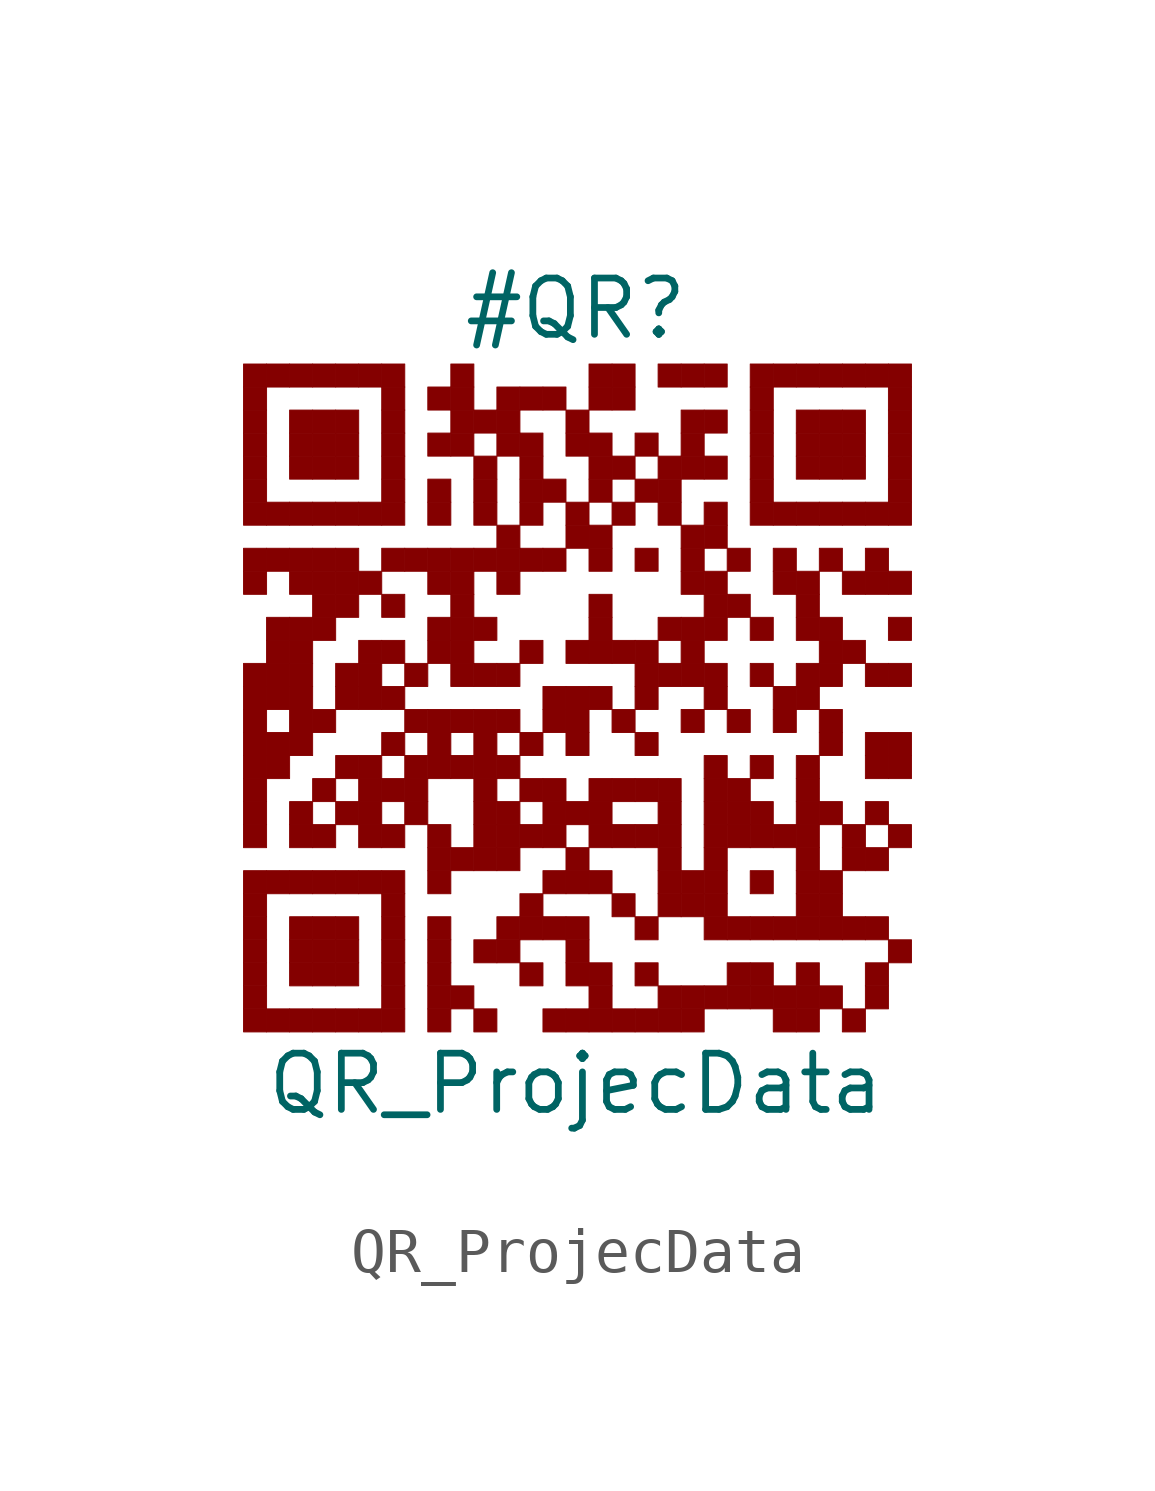
<source format=kicad_sym>
(kicad_symbol_lib
  (version 20211014)
  (generator kibot)
  (symbol "QR_ProjecData"
    (pin_numbers hide)
    (pin_names hide)
    (property "Reference" "#QR"
      (at 0 8.75 0))
    (property "Value" "QR_ProjecData"
      (at 0 -8.75 0))
    (rectangle
      (start -7.5 7.5)
      (end -6.98 6.98)
      (stroke (width 0.001) (type default) (color 0 0 0 0))
      (fill (type outline)))
    (rectangle
      (start -6.98 7.5)
      (end -6.46 6.98)
      (stroke (width 0.001) (type default) (color 0 0 0 0))
      (fill (type outline)))
    (rectangle
      (start -6.46 7.5)
      (end -5.94 6.98)
      (stroke (width 0.001) (type default) (color 0 0 0 0))
      (fill (type outline)))
    (rectangle
      (start -5.94 7.5)
      (end -5.42 6.98)
      (stroke (width 0.001) (type default) (color 0 0 0 0))
      (fill (type outline)))
    (rectangle
      (start -5.42 7.5)
      (end -4.9 6.98)
      (stroke (width 0.001) (type default) (color 0 0 0 0))
      (fill (type outline)))
    (rectangle
      (start -4.9 7.5)
      (end -4.38 6.98)
      (stroke (width 0.001) (type default) (color 0 0 0 0))
      (fill (type outline)))
    (rectangle
      (start -4.38 7.5)
      (end -3.86 6.98)
      (stroke (width 0.001) (type default) (color 0 0 0 0))
      (fill (type outline)))
    (rectangle
      (start -2.82 7.5)
      (end -2.3 6.98)
      (stroke (width 0.001) (type default) (color 0 0 0 0))
      (fill (type outline)))
    (rectangle
      (start 0.3 7.5)
      (end 0.82 6.98)
      (stroke (width 0.001) (type default) (color 0 0 0 0))
      (fill (type outline)))
    (rectangle
      (start 0.82 7.5)
      (end 1.34 6.98)
      (stroke (width 0.001) (type default) (color 0 0 0 0))
      (fill (type outline)))
    (rectangle
      (start 1.86 7.5)
      (end 2.38 6.98)
      (stroke (width 0.001) (type default) (color 0 0 0 0))
      (fill (type outline)))
    (rectangle
      (start 2.38 7.5)
      (end 2.9 6.98)
      (stroke (width 0.001) (type default) (color 0 0 0 0))
      (fill (type outline)))
    (rectangle
      (start 2.9 7.5)
      (end 3.42 6.98)
      (stroke (width 0.001) (type default) (color 0 0 0 0))
      (fill (type outline)))
    (rectangle
      (start 3.94 7.5)
      (end 4.46 6.98)
      (stroke (width 0.001) (type default) (color 0 0 0 0))
      (fill (type outline)))
    (rectangle
      (start 4.46 7.5)
      (end 4.98 6.98)
      (stroke (width 0.001) (type default) (color 0 0 0 0))
      (fill (type outline)))
    (rectangle
      (start 4.98 7.5)
      (end 5.5 6.98)
      (stroke (width 0.001) (type default) (color 0 0 0 0))
      (fill (type outline)))
    (rectangle
      (start 5.5 7.5)
      (end 6.02 6.98)
      (stroke (width 0.001) (type default) (color 0 0 0 0))
      (fill (type outline)))
    (rectangle
      (start 6.02 7.5)
      (end 6.54 6.98)
      (stroke (width 0.001) (type default) (color 0 0 0 0))
      (fill (type outline)))
    (rectangle
      (start 6.54 7.5)
      (end 7.06 6.98)
      (stroke (width 0.001) (type default) (color 0 0 0 0))
      (fill (type outline)))
    (rectangle
      (start 7.06 7.5)
      (end 7.58 6.98)
      (stroke (width 0.001) (type default) (color 0 0 0 0))
      (fill (type outline)))
    (rectangle
      (start -7.5 6.98)
      (end -6.98 6.46)
      (stroke (width 0.001) (type default) (color 0 0 0 0))
      (fill (type outline)))
    (rectangle
      (start -4.38 6.98)
      (end -3.86 6.46)
      (stroke (width 0.001) (type default) (color 0 0 0 0))
      (fill (type outline)))
    (rectangle
      (start -3.34 6.98)
      (end -2.82 6.46)
      (stroke (width 0.001) (type default) (color 0 0 0 0))
      (fill (type outline)))
    (rectangle
      (start -2.82 6.98)
      (end -2.3 6.46)
      (stroke (width 0.001) (type default) (color 0 0 0 0))
      (fill (type outline)))
    (rectangle
      (start -1.78 6.98)
      (end -1.26 6.46)
      (stroke (width 0.001) (type default) (color 0 0 0 0))
      (fill (type outline)))
    (rectangle
      (start -1.26 6.98)
      (end -0.74 6.46)
      (stroke (width 0.001) (type default) (color 0 0 0 0))
      (fill (type outline)))
    (rectangle
      (start -0.74 6.98)
      (end -0.22 6.46)
      (stroke (width 0.001) (type default) (color 0 0 0 0))
      (fill (type outline)))
    (rectangle
      (start 0.3 6.98)
      (end 0.82 6.46)
      (stroke (width 0.001) (type default) (color 0 0 0 0))
      (fill (type outline)))
    (rectangle
      (start 0.82 6.98)
      (end 1.34 6.46)
      (stroke (width 0.001) (type default) (color 0 0 0 0))
      (fill (type outline)))
    (rectangle
      (start 3.94 6.98)
      (end 4.46 6.46)
      (stroke (width 0.001) (type default) (color 0 0 0 0))
      (fill (type outline)))
    (rectangle
      (start 7.06 6.98)
      (end 7.58 6.46)
      (stroke (width 0.001) (type default) (color 0 0 0 0))
      (fill (type outline)))
    (rectangle
      (start -7.5 6.46)
      (end -6.98 5.94)
      (stroke (width 0.001) (type default) (color 0 0 0 0))
      (fill (type outline)))
    (rectangle
      (start -6.46 6.46)
      (end -5.94 5.94)
      (stroke (width 0.001) (type default) (color 0 0 0 0))
      (fill (type outline)))
    (rectangle
      (start -5.94 6.46)
      (end -5.42 5.94)
      (stroke (width 0.001) (type default) (color 0 0 0 0))
      (fill (type outline)))
    (rectangle
      (start -5.42 6.46)
      (end -4.9 5.94)
      (stroke (width 0.001) (type default) (color 0 0 0 0))
      (fill (type outline)))
    (rectangle
      (start -4.38 6.46)
      (end -3.86 5.94)
      (stroke (width 0.001) (type default) (color 0 0 0 0))
      (fill (type outline)))
    (rectangle
      (start -2.82 6.46)
      (end -2.3 5.94)
      (stroke (width 0.001) (type default) (color 0 0 0 0))
      (fill (type outline)))
    (rectangle
      (start -2.3 6.46)
      (end -1.78 5.94)
      (stroke (width 0.001) (type default) (color 0 0 0 0))
      (fill (type outline)))
    (rectangle
      (start -1.78 6.46)
      (end -1.26 5.94)
      (stroke (width 0.001) (type default) (color 0 0 0 0))
      (fill (type outline)))
    (rectangle
      (start -0.22 6.46)
      (end 0.3 5.94)
      (stroke (width 0.001) (type default) (color 0 0 0 0))
      (fill (type outline)))
    (rectangle
      (start 2.38 6.46)
      (end 2.9 5.94)
      (stroke (width 0.001) (type default) (color 0 0 0 0))
      (fill (type outline)))
    (rectangle
      (start 2.9 6.46)
      (end 3.42 5.94)
      (stroke (width 0.001) (type default) (color 0 0 0 0))
      (fill (type outline)))
    (rectangle
      (start 3.94 6.46)
      (end 4.46 5.94)
      (stroke (width 0.001) (type default) (color 0 0 0 0))
      (fill (type outline)))
    (rectangle
      (start 4.98 6.46)
      (end 5.5 5.94)
      (stroke (width 0.001) (type default) (color 0 0 0 0))
      (fill (type outline)))
    (rectangle
      (start 5.5 6.46)
      (end 6.02 5.94)
      (stroke (width 0.001) (type default) (color 0 0 0 0))
      (fill (type outline)))
    (rectangle
      (start 6.02 6.46)
      (end 6.54 5.94)
      (stroke (width 0.001) (type default) (color 0 0 0 0))
      (fill (type outline)))
    (rectangle
      (start 7.06 6.46)
      (end 7.58 5.94)
      (stroke (width 0.001) (type default) (color 0 0 0 0))
      (fill (type outline)))
    (rectangle
      (start -7.5 5.94)
      (end -6.98 5.42)
      (stroke (width 0.001) (type default) (color 0 0 0 0))
      (fill (type outline)))
    (rectangle
      (start -6.46 5.94)
      (end -5.94 5.42)
      (stroke (width 0.001) (type default) (color 0 0 0 0))
      (fill (type outline)))
    (rectangle
      (start -5.94 5.94)
      (end -5.42 5.42)
      (stroke (width 0.001) (type default) (color 0 0 0 0))
      (fill (type outline)))
    (rectangle
      (start -5.42 5.94)
      (end -4.9 5.42)
      (stroke (width 0.001) (type default) (color 0 0 0 0))
      (fill (type outline)))
    (rectangle
      (start -4.38 5.94)
      (end -3.86 5.42)
      (stroke (width 0.001) (type default) (color 0 0 0 0))
      (fill (type outline)))
    (rectangle
      (start -3.34 5.94)
      (end -2.82 5.42)
      (stroke (width 0.001) (type default) (color 0 0 0 0))
      (fill (type outline)))
    (rectangle
      (start -2.82 5.94)
      (end -2.3 5.42)
      (stroke (width 0.001) (type default) (color 0 0 0 0))
      (fill (type outline)))
    (rectangle
      (start -1.78 5.94)
      (end -1.26 5.42)
      (stroke (width 0.001) (type default) (color 0 0 0 0))
      (fill (type outline)))
    (rectangle
      (start -1.26 5.94)
      (end -0.74 5.42)
      (stroke (width 0.001) (type default) (color 0 0 0 0))
      (fill (type outline)))
    (rectangle
      (start -0.22 5.94)
      (end 0.3 5.42)
      (stroke (width 0.001) (type default) (color 0 0 0 0))
      (fill (type outline)))
    (rectangle
      (start 0.3 5.94)
      (end 0.82 5.42)
      (stroke (width 0.001) (type default) (color 0 0 0 0))
      (fill (type outline)))
    (rectangle
      (start 1.34 5.94)
      (end 1.86 5.42)
      (stroke (width 0.001) (type default) (color 0 0 0 0))
      (fill (type outline)))
    (rectangle
      (start 2.38 5.94)
      (end 2.9 5.42)
      (stroke (width 0.001) (type default) (color 0 0 0 0))
      (fill (type outline)))
    (rectangle
      (start 3.94 5.94)
      (end 4.46 5.42)
      (stroke (width 0.001) (type default) (color 0 0 0 0))
      (fill (type outline)))
    (rectangle
      (start 4.98 5.94)
      (end 5.5 5.42)
      (stroke (width 0.001) (type default) (color 0 0 0 0))
      (fill (type outline)))
    (rectangle
      (start 5.5 5.94)
      (end 6.02 5.42)
      (stroke (width 0.001) (type default) (color 0 0 0 0))
      (fill (type outline)))
    (rectangle
      (start 6.02 5.94)
      (end 6.54 5.42)
      (stroke (width 0.001) (type default) (color 0 0 0 0))
      (fill (type outline)))
    (rectangle
      (start 7.06 5.94)
      (end 7.58 5.42)
      (stroke (width 0.001) (type default) (color 0 0 0 0))
      (fill (type outline)))
    (rectangle
      (start -7.5 5.42)
      (end -6.98 4.9)
      (stroke (width 0.001) (type default) (color 0 0 0 0))
      (fill (type outline)))
    (rectangle
      (start -6.46 5.42)
      (end -5.94 4.9)
      (stroke (width 0.001) (type default) (color 0 0 0 0))
      (fill (type outline)))
    (rectangle
      (start -5.94 5.42)
      (end -5.42 4.9)
      (stroke (width 0.001) (type default) (color 0 0 0 0))
      (fill (type outline)))
    (rectangle
      (start -5.42 5.42)
      (end -4.9 4.9)
      (stroke (width 0.001) (type default) (color 0 0 0 0))
      (fill (type outline)))
    (rectangle
      (start -4.38 5.42)
      (end -3.86 4.9)
      (stroke (width 0.001) (type default) (color 0 0 0 0))
      (fill (type outline)))
    (rectangle
      (start -2.3 5.42)
      (end -1.78 4.9)
      (stroke (width 0.001) (type default) (color 0 0 0 0))
      (fill (type outline)))
    (rectangle
      (start -1.26 5.42)
      (end -0.74 4.9)
      (stroke (width 0.001) (type default) (color 0 0 0 0))
      (fill (type outline)))
    (rectangle
      (start 0.3 5.42)
      (end 0.82 4.9)
      (stroke (width 0.001) (type default) (color 0 0 0 0))
      (fill (type outline)))
    (rectangle
      (start 0.82 5.42)
      (end 1.34 4.9)
      (stroke (width 0.001) (type default) (color 0 0 0 0))
      (fill (type outline)))
    (rectangle
      (start 1.86 5.42)
      (end 2.38 4.9)
      (stroke (width 0.001) (type default) (color 0 0 0 0))
      (fill (type outline)))
    (rectangle
      (start 2.38 5.42)
      (end 2.9 4.9)
      (stroke (width 0.001) (type default) (color 0 0 0 0))
      (fill (type outline)))
    (rectangle
      (start 2.9 5.42)
      (end 3.42 4.9)
      (stroke (width 0.001) (type default) (color 0 0 0 0))
      (fill (type outline)))
    (rectangle
      (start 3.94 5.42)
      (end 4.46 4.9)
      (stroke (width 0.001) (type default) (color 0 0 0 0))
      (fill (type outline)))
    (rectangle
      (start 4.98 5.42)
      (end 5.5 4.9)
      (stroke (width 0.001) (type default) (color 0 0 0 0))
      (fill (type outline)))
    (rectangle
      (start 5.5 5.42)
      (end 6.02 4.9)
      (stroke (width 0.001) (type default) (color 0 0 0 0))
      (fill (type outline)))
    (rectangle
      (start 6.02 5.42)
      (end 6.54 4.9)
      (stroke (width 0.001) (type default) (color 0 0 0 0))
      (fill (type outline)))
    (rectangle
      (start 7.06 5.42)
      (end 7.58 4.9)
      (stroke (width 0.001) (type default) (color 0 0 0 0))
      (fill (type outline)))
    (rectangle
      (start -7.5 4.9)
      (end -6.98 4.38)
      (stroke (width 0.001) (type default) (color 0 0 0 0))
      (fill (type outline)))
    (rectangle
      (start -4.38 4.9)
      (end -3.86 4.38)
      (stroke (width 0.001) (type default) (color 0 0 0 0))
      (fill (type outline)))
    (rectangle
      (start -3.34 4.9)
      (end -2.82 4.38)
      (stroke (width 0.001) (type default) (color 0 0 0 0))
      (fill (type outline)))
    (rectangle
      (start -2.3 4.9)
      (end -1.78 4.38)
      (stroke (width 0.001) (type default) (color 0 0 0 0))
      (fill (type outline)))
    (rectangle
      (start -1.26 4.9)
      (end -0.74 4.38)
      (stroke (width 0.001) (type default) (color 0 0 0 0))
      (fill (type outline)))
    (rectangle
      (start -0.74 4.9)
      (end -0.22 4.38)
      (stroke (width 0.001) (type default) (color 0 0 0 0))
      (fill (type outline)))
    (rectangle
      (start 0.3 4.9)
      (end 0.82 4.38)
      (stroke (width 0.001) (type default) (color 0 0 0 0))
      (fill (type outline)))
    (rectangle
      (start 1.34 4.9)
      (end 1.86 4.38)
      (stroke (width 0.001) (type default) (color 0 0 0 0))
      (fill (type outline)))
    (rectangle
      (start 1.86 4.9)
      (end 2.38 4.38)
      (stroke (width 0.001) (type default) (color 0 0 0 0))
      (fill (type outline)))
    (rectangle
      (start 3.94 4.9)
      (end 4.46 4.38)
      (stroke (width 0.001) (type default) (color 0 0 0 0))
      (fill (type outline)))
    (rectangle
      (start 7.06 4.9)
      (end 7.58 4.38)
      (stroke (width 0.001) (type default) (color 0 0 0 0))
      (fill (type outline)))
    (rectangle
      (start -7.5 4.38)
      (end -6.98 3.86)
      (stroke (width 0.001) (type default) (color 0 0 0 0))
      (fill (type outline)))
    (rectangle
      (start -6.98 4.38)
      (end -6.46 3.86)
      (stroke (width 0.001) (type default) (color 0 0 0 0))
      (fill (type outline)))
    (rectangle
      (start -6.46 4.38)
      (end -5.94 3.86)
      (stroke (width 0.001) (type default) (color 0 0 0 0))
      (fill (type outline)))
    (rectangle
      (start -5.94 4.38)
      (end -5.42 3.86)
      (stroke (width 0.001) (type default) (color 0 0 0 0))
      (fill (type outline)))
    (rectangle
      (start -5.42 4.38)
      (end -4.9 3.86)
      (stroke (width 0.001) (type default) (color 0 0 0 0))
      (fill (type outline)))
    (rectangle
      (start -4.9 4.38)
      (end -4.38 3.86)
      (stroke (width 0.001) (type default) (color 0 0 0 0))
      (fill (type outline)))
    (rectangle
      (start -4.38 4.38)
      (end -3.86 3.86)
      (stroke (width 0.001) (type default) (color 0 0 0 0))
      (fill (type outline)))
    (rectangle
      (start -3.34 4.38)
      (end -2.82 3.86)
      (stroke (width 0.001) (type default) (color 0 0 0 0))
      (fill (type outline)))
    (rectangle
      (start -2.3 4.38)
      (end -1.78 3.86)
      (stroke (width 0.001) (type default) (color 0 0 0 0))
      (fill (type outline)))
    (rectangle
      (start -1.26 4.38)
      (end -0.74 3.86)
      (stroke (width 0.001) (type default) (color 0 0 0 0))
      (fill (type outline)))
    (rectangle
      (start -0.22 4.38)
      (end 0.3 3.86)
      (stroke (width 0.001) (type default) (color 0 0 0 0))
      (fill (type outline)))
    (rectangle
      (start 0.82 4.38)
      (end 1.34 3.86)
      (stroke (width 0.001) (type default) (color 0 0 0 0))
      (fill (type outline)))
    (rectangle
      (start 1.86 4.38)
      (end 2.38 3.86)
      (stroke (width 0.001) (type default) (color 0 0 0 0))
      (fill (type outline)))
    (rectangle
      (start 2.9 4.38)
      (end 3.42 3.86)
      (stroke (width 0.001) (type default) (color 0 0 0 0))
      (fill (type outline)))
    (rectangle
      (start 3.94 4.38)
      (end 4.46 3.86)
      (stroke (width 0.001) (type default) (color 0 0 0 0))
      (fill (type outline)))
    (rectangle
      (start 4.46 4.38)
      (end 4.98 3.86)
      (stroke (width 0.001) (type default) (color 0 0 0 0))
      (fill (type outline)))
    (rectangle
      (start 4.98 4.38)
      (end 5.5 3.86)
      (stroke (width 0.001) (type default) (color 0 0 0 0))
      (fill (type outline)))
    (rectangle
      (start 5.5 4.38)
      (end 6.02 3.86)
      (stroke (width 0.001) (type default) (color 0 0 0 0))
      (fill (type outline)))
    (rectangle
      (start 6.02 4.38)
      (end 6.54 3.86)
      (stroke (width 0.001) (type default) (color 0 0 0 0))
      (fill (type outline)))
    (rectangle
      (start 6.54 4.38)
      (end 7.06 3.86)
      (stroke (width 0.001) (type default) (color 0 0 0 0))
      (fill (type outline)))
    (rectangle
      (start 7.06 4.38)
      (end 7.58 3.86)
      (stroke (width 0.001) (type default) (color 0 0 0 0))
      (fill (type outline)))
    (rectangle
      (start -1.78 3.86)
      (end -1.26 3.34)
      (stroke (width 0.001) (type default) (color 0 0 0 0))
      (fill (type outline)))
    (rectangle
      (start -0.22 3.86)
      (end 0.3 3.34)
      (stroke (width 0.001) (type default) (color 0 0 0 0))
      (fill (type outline)))
    (rectangle
      (start 0.3 3.86)
      (end 0.82 3.34)
      (stroke (width 0.001) (type default) (color 0 0 0 0))
      (fill (type outline)))
    (rectangle
      (start 2.38 3.86)
      (end 2.9 3.34)
      (stroke (width 0.001) (type default) (color 0 0 0 0))
      (fill (type outline)))
    (rectangle
      (start 2.9 3.86)
      (end 3.42 3.34)
      (stroke (width 0.001) (type default) (color 0 0 0 0))
      (fill (type outline)))
    (rectangle
      (start -7.5 3.34)
      (end -6.98 2.82)
      (stroke (width 0.001) (type default) (color 0 0 0 0))
      (fill (type outline)))
    (rectangle
      (start -6.98 3.34)
      (end -6.46 2.82)
      (stroke (width 0.001) (type default) (color 0 0 0 0))
      (fill (type outline)))
    (rectangle
      (start -6.46 3.34)
      (end -5.94 2.82)
      (stroke (width 0.001) (type default) (color 0 0 0 0))
      (fill (type outline)))
    (rectangle
      (start -5.94 3.34)
      (end -5.42 2.82)
      (stroke (width 0.001) (type default) (color 0 0 0 0))
      (fill (type outline)))
    (rectangle
      (start -5.42 3.34)
      (end -4.9 2.82)
      (stroke (width 0.001) (type default) (color 0 0 0 0))
      (fill (type outline)))
    (rectangle
      (start -4.38 3.34)
      (end -3.86 2.82)
      (stroke (width 0.001) (type default) (color 0 0 0 0))
      (fill (type outline)))
    (rectangle
      (start -3.86 3.34)
      (end -3.34 2.82)
      (stroke (width 0.001) (type default) (color 0 0 0 0))
      (fill (type outline)))
    (rectangle
      (start -3.34 3.34)
      (end -2.82 2.82)
      (stroke (width 0.001) (type default) (color 0 0 0 0))
      (fill (type outline)))
    (rectangle
      (start -2.82 3.34)
      (end -2.3 2.82)
      (stroke (width 0.001) (type default) (color 0 0 0 0))
      (fill (type outline)))
    (rectangle
      (start -2.3 3.34)
      (end -1.78 2.82)
      (stroke (width 0.001) (type default) (color 0 0 0 0))
      (fill (type outline)))
    (rectangle
      (start -1.78 3.34)
      (end -1.26 2.82)
      (stroke (width 0.001) (type default) (color 0 0 0 0))
      (fill (type outline)))
    (rectangle
      (start -1.26 3.34)
      (end -0.74 2.82)
      (stroke (width 0.001) (type default) (color 0 0 0 0))
      (fill (type outline)))
    (rectangle
      (start -0.74 3.34)
      (end -0.22 2.82)
      (stroke (width 0.001) (type default) (color 0 0 0 0))
      (fill (type outline)))
    (rectangle
      (start 0.3 3.34)
      (end 0.82 2.82)
      (stroke (width 0.001) (type default) (color 0 0 0 0))
      (fill (type outline)))
    (rectangle
      (start 1.34 3.34)
      (end 1.86 2.82)
      (stroke (width 0.001) (type default) (color 0 0 0 0))
      (fill (type outline)))
    (rectangle
      (start 2.38 3.34)
      (end 2.9 2.82)
      (stroke (width 0.001) (type default) (color 0 0 0 0))
      (fill (type outline)))
    (rectangle
      (start 3.42 3.34)
      (end 3.94 2.82)
      (stroke (width 0.001) (type default) (color 0 0 0 0))
      (fill (type outline)))
    (rectangle
      (start 4.46 3.34)
      (end 4.98 2.82)
      (stroke (width 0.001) (type default) (color 0 0 0 0))
      (fill (type outline)))
    (rectangle
      (start 5.5 3.34)
      (end 6.02 2.82)
      (stroke (width 0.001) (type default) (color 0 0 0 0))
      (fill (type outline)))
    (rectangle
      (start 6.54 3.34)
      (end 7.06 2.82)
      (stroke (width 0.001) (type default) (color 0 0 0 0))
      (fill (type outline)))
    (rectangle
      (start -7.5 2.82)
      (end -6.98 2.3)
      (stroke (width 0.001) (type default) (color 0 0 0 0))
      (fill (type outline)))
    (rectangle
      (start -6.46 2.82)
      (end -5.94 2.3)
      (stroke (width 0.001) (type default) (color 0 0 0 0))
      (fill (type outline)))
    (rectangle
      (start -5.94 2.82)
      (end -5.42 2.3)
      (stroke (width 0.001) (type default) (color 0 0 0 0))
      (fill (type outline)))
    (rectangle
      (start -5.42 2.82)
      (end -4.9 2.3)
      (stroke (width 0.001) (type default) (color 0 0 0 0))
      (fill (type outline)))
    (rectangle
      (start -4.9 2.82)
      (end -4.38 2.3)
      (stroke (width 0.001) (type default) (color 0 0 0 0))
      (fill (type outline)))
    (rectangle
      (start -3.34 2.82)
      (end -2.82 2.3)
      (stroke (width 0.001) (type default) (color 0 0 0 0))
      (fill (type outline)))
    (rectangle
      (start -2.82 2.82)
      (end -2.3 2.3)
      (stroke (width 0.001) (type default) (color 0 0 0 0))
      (fill (type outline)))
    (rectangle
      (start -1.78 2.82)
      (end -1.26 2.3)
      (stroke (width 0.001) (type default) (color 0 0 0 0))
      (fill (type outline)))
    (rectangle
      (start 2.38 2.82)
      (end 2.9 2.3)
      (stroke (width 0.001) (type default) (color 0 0 0 0))
      (fill (type outline)))
    (rectangle
      (start 2.9 2.82)
      (end 3.42 2.3)
      (stroke (width 0.001) (type default) (color 0 0 0 0))
      (fill (type outline)))
    (rectangle
      (start 4.46 2.82)
      (end 4.98 2.3)
      (stroke (width 0.001) (type default) (color 0 0 0 0))
      (fill (type outline)))
    (rectangle
      (start 4.98 2.82)
      (end 5.5 2.3)
      (stroke (width 0.001) (type default) (color 0 0 0 0))
      (fill (type outline)))
    (rectangle
      (start 6.02 2.82)
      (end 6.54 2.3)
      (stroke (width 0.001) (type default) (color 0 0 0 0))
      (fill (type outline)))
    (rectangle
      (start 6.54 2.82)
      (end 7.06 2.3)
      (stroke (width 0.001) (type default) (color 0 0 0 0))
      (fill (type outline)))
    (rectangle
      (start 7.06 2.82)
      (end 7.58 2.3)
      (stroke (width 0.001) (type default) (color 0 0 0 0))
      (fill (type outline)))
    (rectangle
      (start -5.94 2.3)
      (end -5.42 1.78)
      (stroke (width 0.001) (type default) (color 0 0 0 0))
      (fill (type outline)))
    (rectangle
      (start -5.42 2.3)
      (end -4.9 1.78)
      (stroke (width 0.001) (type default) (color 0 0 0 0))
      (fill (type outline)))
    (rectangle
      (start -4.38 2.3)
      (end -3.86 1.78)
      (stroke (width 0.001) (type default) (color 0 0 0 0))
      (fill (type outline)))
    (rectangle
      (start -2.82 2.3)
      (end -2.3 1.78)
      (stroke (width 0.001) (type default) (color 0 0 0 0))
      (fill (type outline)))
    (rectangle
      (start 0.3 2.3)
      (end 0.82 1.78)
      (stroke (width 0.001) (type default) (color 0 0 0 0))
      (fill (type outline)))
    (rectangle
      (start 2.9 2.3)
      (end 3.42 1.78)
      (stroke (width 0.001) (type default) (color 0 0 0 0))
      (fill (type outline)))
    (rectangle
      (start 3.42 2.3)
      (end 3.94 1.78)
      (stroke (width 0.001) (type default) (color 0 0 0 0))
      (fill (type outline)))
    (rectangle
      (start 4.98 2.3)
      (end 5.5 1.78)
      (stroke (width 0.001) (type default) (color 0 0 0 0))
      (fill (type outline)))
    (rectangle
      (start -6.98 1.78)
      (end -6.46 1.26)
      (stroke (width 0.001) (type default) (color 0 0 0 0))
      (fill (type outline)))
    (rectangle
      (start -6.46 1.78)
      (end -5.94 1.26)
      (stroke (width 0.001) (type default) (color 0 0 0 0))
      (fill (type outline)))
    (rectangle
      (start -5.94 1.78)
      (end -5.42 1.26)
      (stroke (width 0.001) (type default) (color 0 0 0 0))
      (fill (type outline)))
    (rectangle
      (start -3.34 1.78)
      (end -2.82 1.26)
      (stroke (width 0.001) (type default) (color 0 0 0 0))
      (fill (type outline)))
    (rectangle
      (start -2.82 1.78)
      (end -2.3 1.26)
      (stroke (width 0.001) (type default) (color 0 0 0 0))
      (fill (type outline)))
    (rectangle
      (start -2.3 1.78)
      (end -1.78 1.26)
      (stroke (width 0.001) (type default) (color 0 0 0 0))
      (fill (type outline)))
    (rectangle
      (start 0.3 1.78)
      (end 0.82 1.26)
      (stroke (width 0.001) (type default) (color 0 0 0 0))
      (fill (type outline)))
    (rectangle
      (start 1.86 1.78)
      (end 2.38 1.26)
      (stroke (width 0.001) (type default) (color 0 0 0 0))
      (fill (type outline)))
    (rectangle
      (start 2.38 1.78)
      (end 2.9 1.26)
      (stroke (width 0.001) (type default) (color 0 0 0 0))
      (fill (type outline)))
    (rectangle
      (start 2.9 1.78)
      (end 3.42 1.26)
      (stroke (width 0.001) (type default) (color 0 0 0 0))
      (fill (type outline)))
    (rectangle
      (start 3.94 1.78)
      (end 4.46 1.26)
      (stroke (width 0.001) (type default) (color 0 0 0 0))
      (fill (type outline)))
    (rectangle
      (start 4.98 1.78)
      (end 5.5 1.26)
      (stroke (width 0.001) (type default) (color 0 0 0 0))
      (fill (type outline)))
    (rectangle
      (start 5.5 1.78)
      (end 6.02 1.26)
      (stroke (width 0.001) (type default) (color 0 0 0 0))
      (fill (type outline)))
    (rectangle
      (start 7.06 1.78)
      (end 7.58 1.26)
      (stroke (width 0.001) (type default) (color 0 0 0 0))
      (fill (type outline)))
    (rectangle
      (start -6.98 1.26)
      (end -6.46 0.74)
      (stroke (width 0.001) (type default) (color 0 0 0 0))
      (fill (type outline)))
    (rectangle
      (start -6.46 1.26)
      (end -5.94 0.74)
      (stroke (width 0.001) (type default) (color 0 0 0 0))
      (fill (type outline)))
    (rectangle
      (start -4.9 1.26)
      (end -4.38 0.74)
      (stroke (width 0.001) (type default) (color 0 0 0 0))
      (fill (type outline)))
    (rectangle
      (start -4.38 1.26)
      (end -3.86 0.74)
      (stroke (width 0.001) (type default) (color 0 0 0 0))
      (fill (type outline)))
    (rectangle
      (start -3.34 1.26)
      (end -2.82 0.74)
      (stroke (width 0.001) (type default) (color 0 0 0 0))
      (fill (type outline)))
    (rectangle
      (start -2.82 1.26)
      (end -2.3 0.74)
      (stroke (width 0.001) (type default) (color 0 0 0 0))
      (fill (type outline)))
    (rectangle
      (start -1.26 1.26)
      (end -0.74 0.74)
      (stroke (width 0.001) (type default) (color 0 0 0 0))
      (fill (type outline)))
    (rectangle
      (start -0.22 1.26)
      (end 0.3 0.74)
      (stroke (width 0.001) (type default) (color 0 0 0 0))
      (fill (type outline)))
    (rectangle
      (start 0.3 1.26)
      (end 0.82 0.74)
      (stroke (width 0.001) (type default) (color 0 0 0 0))
      (fill (type outline)))
    (rectangle
      (start 0.82 1.26)
      (end 1.34 0.74)
      (stroke (width 0.001) (type default) (color 0 0 0 0))
      (fill (type outline)))
    (rectangle
      (start 1.34 1.26)
      (end 1.86 0.74)
      (stroke (width 0.001) (type default) (color 0 0 0 0))
      (fill (type outline)))
    (rectangle
      (start 2.38 1.26)
      (end 2.9 0.74)
      (stroke (width 0.001) (type default) (color 0 0 0 0))
      (fill (type outline)))
    (rectangle
      (start 5.5 1.26)
      (end 6.02 0.74)
      (stroke (width 0.001) (type default) (color 0 0 0 0))
      (fill (type outline)))
    (rectangle
      (start 6.02 1.26)
      (end 6.54 0.74)
      (stroke (width 0.001) (type default) (color 0 0 0 0))
      (fill (type outline)))
    (rectangle
      (start -7.5 0.74)
      (end -6.98 0.22)
      (stroke (width 0.001) (type default) (color 0 0 0 0))
      (fill (type outline)))
    (rectangle
      (start -6.98 0.74)
      (end -6.46 0.22)
      (stroke (width 0.001) (type default) (color 0 0 0 0))
      (fill (type outline)))
    (rectangle
      (start -6.46 0.74)
      (end -5.94 0.22)
      (stroke (width 0.001) (type default) (color 0 0 0 0))
      (fill (type outline)))
    (rectangle
      (start -5.42 0.74)
      (end -4.9 0.22)
      (stroke (width 0.001) (type default) (color 0 0 0 0))
      (fill (type outline)))
    (rectangle
      (start -4.9 0.74)
      (end -4.38 0.22)
      (stroke (width 0.001) (type default) (color 0 0 0 0))
      (fill (type outline)))
    (rectangle
      (start -3.86 0.74)
      (end -3.34 0.22)
      (stroke (width 0.001) (type default) (color 0 0 0 0))
      (fill (type outline)))
    (rectangle
      (start -2.82 0.74)
      (end -2.3 0.22)
      (stroke (width 0.001) (type default) (color 0 0 0 0))
      (fill (type outline)))
    (rectangle
      (start -2.3 0.74)
      (end -1.78 0.22)
      (stroke (width 0.001) (type default) (color 0 0 0 0))
      (fill (type outline)))
    (rectangle
      (start -1.78 0.74)
      (end -1.26 0.22)
      (stroke (width 0.001) (type default) (color 0 0 0 0))
      (fill (type outline)))
    (rectangle
      (start 1.34 0.74)
      (end 1.86 0.22)
      (stroke (width 0.001) (type default) (color 0 0 0 0))
      (fill (type outline)))
    (rectangle
      (start 1.86 0.74)
      (end 2.38 0.22)
      (stroke (width 0.001) (type default) (color 0 0 0 0))
      (fill (type outline)))
    (rectangle
      (start 2.38 0.74)
      (end 2.9 0.22)
      (stroke (width 0.001) (type default) (color 0 0 0 0))
      (fill (type outline)))
    (rectangle
      (start 2.9 0.74)
      (end 3.42 0.22)
      (stroke (width 0.001) (type default) (color 0 0 0 0))
      (fill (type outline)))
    (rectangle
      (start 3.94 0.74)
      (end 4.46 0.22)
      (stroke (width 0.001) (type default) (color 0 0 0 0))
      (fill (type outline)))
    (rectangle
      (start 4.98 0.74)
      (end 5.5 0.22)
      (stroke (width 0.001) (type default) (color 0 0 0 0))
      (fill (type outline)))
    (rectangle
      (start 5.5 0.74)
      (end 6.02 0.22)
      (stroke (width 0.001) (type default) (color 0 0 0 0))
      (fill (type outline)))
    (rectangle
      (start 6.54 0.74)
      (end 7.06 0.22)
      (stroke (width 0.001) (type default) (color 0 0 0 0))
      (fill (type outline)))
    (rectangle
      (start 7.06 0.74)
      (end 7.58 0.22)
      (stroke (width 0.001) (type default) (color 0 0 0 0))
      (fill (type outline)))
    (rectangle
      (start -7.5 0.22)
      (end -6.98 -0.3)
      (stroke (width 0.001) (type default) (color 0 0 0 0))
      (fill (type outline)))
    (rectangle
      (start -6.98 0.22)
      (end -6.46 -0.3)
      (stroke (width 0.001) (type default) (color 0 0 0 0))
      (fill (type outline)))
    (rectangle
      (start -6.46 0.22)
      (end -5.94 -0.3)
      (stroke (width 0.001) (type default) (color 0 0 0 0))
      (fill (type outline)))
    (rectangle
      (start -5.42 0.22)
      (end -4.9 -0.3)
      (stroke (width 0.001) (type default) (color 0 0 0 0))
      (fill (type outline)))
    (rectangle
      (start -4.9 0.22)
      (end -4.38 -0.3)
      (stroke (width 0.001) (type default) (color 0 0 0 0))
      (fill (type outline)))
    (rectangle
      (start -4.38 0.22)
      (end -3.86 -0.3)
      (stroke (width 0.001) (type default) (color 0 0 0 0))
      (fill (type outline)))
    (rectangle
      (start -0.74 0.22)
      (end -0.22 -0.3)
      (stroke (width 0.001) (type default) (color 0 0 0 0))
      (fill (type outline)))
    (rectangle
      (start -0.22 0.22)
      (end 0.3 -0.3)
      (stroke (width 0.001) (type default) (color 0 0 0 0))
      (fill (type outline)))
    (rectangle
      (start 0.3 0.22)
      (end 0.82 -0.3)
      (stroke (width 0.001) (type default) (color 0 0 0 0))
      (fill (type outline)))
    (rectangle
      (start 1.34 0.22)
      (end 1.86 -0.3)
      (stroke (width 0.001) (type default) (color 0 0 0 0))
      (fill (type outline)))
    (rectangle
      (start 2.9 0.22)
      (end 3.42 -0.3)
      (stroke (width 0.001) (type default) (color 0 0 0 0))
      (fill (type outline)))
    (rectangle
      (start 4.46 0.22)
      (end 4.98 -0.3)
      (stroke (width 0.001) (type default) (color 0 0 0 0))
      (fill (type outline)))
    (rectangle
      (start 4.98 0.22)
      (end 5.5 -0.3)
      (stroke (width 0.001) (type default) (color 0 0 0 0))
      (fill (type outline)))
    (rectangle
      (start -7.5 -0.3)
      (end -6.98 -0.82)
      (stroke (width 0.001) (type default) (color 0 0 0 0))
      (fill (type outline)))
    (rectangle
      (start -6.46 -0.3)
      (end -5.94 -0.82)
      (stroke (width 0.001) (type default) (color 0 0 0 0))
      (fill (type outline)))
    (rectangle
      (start -5.94 -0.3)
      (end -5.42 -0.82)
      (stroke (width 0.001) (type default) (color 0 0 0 0))
      (fill (type outline)))
    (rectangle
      (start -3.86 -0.3)
      (end -3.34 -0.82)
      (stroke (width 0.001) (type default) (color 0 0 0 0))
      (fill (type outline)))
    (rectangle
      (start -3.34 -0.3)
      (end -2.82 -0.82)
      (stroke (width 0.001) (type default) (color 0 0 0 0))
      (fill (type outline)))
    (rectangle
      (start -2.82 -0.3)
      (end -2.3 -0.82)
      (stroke (width 0.001) (type default) (color 0 0 0 0))
      (fill (type outline)))
    (rectangle
      (start -2.3 -0.3)
      (end -1.78 -0.82)
      (stroke (width 0.001) (type default) (color 0 0 0 0))
      (fill (type outline)))
    (rectangle
      (start -1.78 -0.3)
      (end -1.26 -0.82)
      (stroke (width 0.001) (type default) (color 0 0 0 0))
      (fill (type outline)))
    (rectangle
      (start -0.74 -0.3)
      (end -0.22 -0.82)
      (stroke (width 0.001) (type default) (color 0 0 0 0))
      (fill (type outline)))
    (rectangle
      (start -0.22 -0.3)
      (end 0.3 -0.82)
      (stroke (width 0.001) (type default) (color 0 0 0 0))
      (fill (type outline)))
    (rectangle
      (start 0.82 -0.3)
      (end 1.34 -0.82)
      (stroke (width 0.001) (type default) (color 0 0 0 0))
      (fill (type outline)))
    (rectangle
      (start 2.38 -0.3)
      (end 2.9 -0.82)
      (stroke (width 0.001) (type default) (color 0 0 0 0))
      (fill (type outline)))
    (rectangle
      (start 3.42 -0.3)
      (end 3.94 -0.82)
      (stroke (width 0.001) (type default) (color 0 0 0 0))
      (fill (type outline)))
    (rectangle
      (start 4.46 -0.3)
      (end 4.98 -0.82)
      (stroke (width 0.001) (type default) (color 0 0 0 0))
      (fill (type outline)))
    (rectangle
      (start 5.5 -0.3)
      (end 6.02 -0.82)
      (stroke (width 0.001) (type default) (color 0 0 0 0))
      (fill (type outline)))
    (rectangle
      (start -7.5 -0.82)
      (end -6.98 -1.34)
      (stroke (width 0.001) (type default) (color 0 0 0 0))
      (fill (type outline)))
    (rectangle
      (start -6.98 -0.82)
      (end -6.46 -1.34)
      (stroke (width 0.001) (type default) (color 0 0 0 0))
      (fill (type outline)))
    (rectangle
      (start -6.46 -0.82)
      (end -5.94 -1.34)
      (stroke (width 0.001) (type default) (color 0 0 0 0))
      (fill (type outline)))
    (rectangle
      (start -4.38 -0.82)
      (end -3.86 -1.34)
      (stroke (width 0.001) (type default) (color 0 0 0 0))
      (fill (type outline)))
    (rectangle
      (start -3.34 -0.82)
      (end -2.82 -1.34)
      (stroke (width 0.001) (type default) (color 0 0 0 0))
      (fill (type outline)))
    (rectangle
      (start -2.3 -0.82)
      (end -1.78 -1.34)
      (stroke (width 0.001) (type default) (color 0 0 0 0))
      (fill (type outline)))
    (rectangle
      (start -1.26 -0.82)
      (end -0.74 -1.34)
      (stroke (width 0.001) (type default) (color 0 0 0 0))
      (fill (type outline)))
    (rectangle
      (start -0.22 -0.82)
      (end 0.3 -1.34)
      (stroke (width 0.001) (type default) (color 0 0 0 0))
      (fill (type outline)))
    (rectangle
      (start 1.34 -0.82)
      (end 1.86 -1.34)
      (stroke (width 0.001) (type default) (color 0 0 0 0))
      (fill (type outline)))
    (rectangle
      (start 5.5 -0.82)
      (end 6.02 -1.34)
      (stroke (width 0.001) (type default) (color 0 0 0 0))
      (fill (type outline)))
    (rectangle
      (start 6.54 -0.82)
      (end 7.06 -1.34)
      (stroke (width 0.001) (type default) (color 0 0 0 0))
      (fill (type outline)))
    (rectangle
      (start 7.06 -0.82)
      (end 7.58 -1.34)
      (stroke (width 0.001) (type default) (color 0 0 0 0))
      (fill (type outline)))
    (rectangle
      (start -7.5 -1.34)
      (end -6.98 -1.86)
      (stroke (width 0.001) (type default) (color 0 0 0 0))
      (fill (type outline)))
    (rectangle
      (start -6.98 -1.34)
      (end -6.46 -1.86)
      (stroke (width 0.001) (type default) (color 0 0 0 0))
      (fill (type outline)))
    (rectangle
      (start -5.42 -1.34)
      (end -4.9 -1.86)
      (stroke (width 0.001) (type default) (color 0 0 0 0))
      (fill (type outline)))
    (rectangle
      (start -4.9 -1.34)
      (end -4.38 -1.86)
      (stroke (width 0.001) (type default) (color 0 0 0 0))
      (fill (type outline)))
    (rectangle
      (start -3.86 -1.34)
      (end -3.34 -1.86)
      (stroke (width 0.001) (type default) (color 0 0 0 0))
      (fill (type outline)))
    (rectangle
      (start -3.34 -1.34)
      (end -2.82 -1.86)
      (stroke (width 0.001) (type default) (color 0 0 0 0))
      (fill (type outline)))
    (rectangle
      (start -2.82 -1.34)
      (end -2.3 -1.86)
      (stroke (width 0.001) (type default) (color 0 0 0 0))
      (fill (type outline)))
    (rectangle
      (start -2.3 -1.34)
      (end -1.78 -1.86)
      (stroke (width 0.001) (type default) (color 0 0 0 0))
      (fill (type outline)))
    (rectangle
      (start -1.78 -1.34)
      (end -1.26 -1.86)
      (stroke (width 0.001) (type default) (color 0 0 0 0))
      (fill (type outline)))
    (rectangle
      (start 2.9 -1.34)
      (end 3.42 -1.86)
      (stroke (width 0.001) (type default) (color 0 0 0 0))
      (fill (type outline)))
    (rectangle
      (start 3.94 -1.34)
      (end 4.46 -1.86)
      (stroke (width 0.001) (type default) (color 0 0 0 0))
      (fill (type outline)))
    (rectangle
      (start 4.98 -1.34)
      (end 5.5 -1.86)
      (stroke (width 0.001) (type default) (color 0 0 0 0))
      (fill (type outline)))
    (rectangle
      (start 6.54 -1.34)
      (end 7.06 -1.86)
      (stroke (width 0.001) (type default) (color 0 0 0 0))
      (fill (type outline)))
    (rectangle
      (start 7.06 -1.34)
      (end 7.58 -1.86)
      (stroke (width 0.001) (type default) (color 0 0 0 0))
      (fill (type outline)))
    (rectangle
      (start -7.5 -1.86)
      (end -6.98 -2.38)
      (stroke (width 0.001) (type default) (color 0 0 0 0))
      (fill (type outline)))
    (rectangle
      (start -5.94 -1.86)
      (end -5.42 -2.38)
      (stroke (width 0.001) (type default) (color 0 0 0 0))
      (fill (type outline)))
    (rectangle
      (start -4.9 -1.86)
      (end -4.38 -2.38)
      (stroke (width 0.001) (type default) (color 0 0 0 0))
      (fill (type outline)))
    (rectangle
      (start -4.38 -1.86)
      (end -3.86 -2.38)
      (stroke (width 0.001) (type default) (color 0 0 0 0))
      (fill (type outline)))
    (rectangle
      (start -3.86 -1.86)
      (end -3.34 -2.38)
      (stroke (width 0.001) (type default) (color 0 0 0 0))
      (fill (type outline)))
    (rectangle
      (start -2.3 -1.86)
      (end -1.78 -2.38)
      (stroke (width 0.001) (type default) (color 0 0 0 0))
      (fill (type outline)))
    (rectangle
      (start -1.26 -1.86)
      (end -0.74 -2.38)
      (stroke (width 0.001) (type default) (color 0 0 0 0))
      (fill (type outline)))
    (rectangle
      (start -0.74 -1.86)
      (end -0.22 -2.38)
      (stroke (width 0.001) (type default) (color 0 0 0 0))
      (fill (type outline)))
    (rectangle
      (start 0.3 -1.86)
      (end 0.82 -2.38)
      (stroke (width 0.001) (type default) (color 0 0 0 0))
      (fill (type outline)))
    (rectangle
      (start 0.82 -1.86)
      (end 1.34 -2.38)
      (stroke (width 0.001) (type default) (color 0 0 0 0))
      (fill (type outline)))
    (rectangle
      (start 1.34 -1.86)
      (end 1.86 -2.38)
      (stroke (width 0.001) (type default) (color 0 0 0 0))
      (fill (type outline)))
    (rectangle
      (start 1.86 -1.86)
      (end 2.38 -2.38)
      (stroke (width 0.001) (type default) (color 0 0 0 0))
      (fill (type outline)))
    (rectangle
      (start 2.9 -1.86)
      (end 3.42 -2.38)
      (stroke (width 0.001) (type default) (color 0 0 0 0))
      (fill (type outline)))
    (rectangle
      (start 3.42 -1.86)
      (end 3.94 -2.38)
      (stroke (width 0.001) (type default) (color 0 0 0 0))
      (fill (type outline)))
    (rectangle
      (start 4.98 -1.86)
      (end 5.5 -2.38)
      (stroke (width 0.001) (type default) (color 0 0 0 0))
      (fill (type outline)))
    (rectangle
      (start -7.5 -2.38)
      (end -6.98 -2.9)
      (stroke (width 0.001) (type default) (color 0 0 0 0))
      (fill (type outline)))
    (rectangle
      (start -6.46 -2.38)
      (end -5.94 -2.9)
      (stroke (width 0.001) (type default) (color 0 0 0 0))
      (fill (type outline)))
    (rectangle
      (start -5.42 -2.38)
      (end -4.9 -2.9)
      (stroke (width 0.001) (type default) (color 0 0 0 0))
      (fill (type outline)))
    (rectangle
      (start -4.9 -2.38)
      (end -4.38 -2.9)
      (stroke (width 0.001) (type default) (color 0 0 0 0))
      (fill (type outline)))
    (rectangle
      (start -3.86 -2.38)
      (end -3.34 -2.9)
      (stroke (width 0.001) (type default) (color 0 0 0 0))
      (fill (type outline)))
    (rectangle
      (start -2.3 -2.38)
      (end -1.78 -2.9)
      (stroke (width 0.001) (type default) (color 0 0 0 0))
      (fill (type outline)))
    (rectangle
      (start -1.78 -2.38)
      (end -1.26 -2.9)
      (stroke (width 0.001) (type default) (color 0 0 0 0))
      (fill (type outline)))
    (rectangle
      (start -0.74 -2.38)
      (end -0.22 -2.9)
      (stroke (width 0.001) (type default) (color 0 0 0 0))
      (fill (type outline)))
    (rectangle
      (start -0.22 -2.38)
      (end 0.3 -2.9)
      (stroke (width 0.001) (type default) (color 0 0 0 0))
      (fill (type outline)))
    (rectangle
      (start 0.3 -2.38)
      (end 0.82 -2.9)
      (stroke (width 0.001) (type default) (color 0 0 0 0))
      (fill (type outline)))
    (rectangle
      (start 1.86 -2.38)
      (end 2.38 -2.9)
      (stroke (width 0.001) (type default) (color 0 0 0 0))
      (fill (type outline)))
    (rectangle
      (start 2.9 -2.38)
      (end 3.42 -2.9)
      (stroke (width 0.001) (type default) (color 0 0 0 0))
      (fill (type outline)))
    (rectangle
      (start 3.42 -2.38)
      (end 3.94 -2.9)
      (stroke (width 0.001) (type default) (color 0 0 0 0))
      (fill (type outline)))
    (rectangle
      (start 3.94 -2.38)
      (end 4.46 -2.9)
      (stroke (width 0.001) (type default) (color 0 0 0 0))
      (fill (type outline)))
    (rectangle
      (start 4.98 -2.38)
      (end 5.5 -2.9)
      (stroke (width 0.001) (type default) (color 0 0 0 0))
      (fill (type outline)))
    (rectangle
      (start 5.5 -2.38)
      (end 6.02 -2.9)
      (stroke (width 0.001) (type default) (color 0 0 0 0))
      (fill (type outline)))
    (rectangle
      (start 6.54 -2.38)
      (end 7.06 -2.9)
      (stroke (width 0.001) (type default) (color 0 0 0 0))
      (fill (type outline)))
    (rectangle
      (start -7.5 -2.9)
      (end -6.98 -3.42)
      (stroke (width 0.001) (type default) (color 0 0 0 0))
      (fill (type outline)))
    (rectangle
      (start -6.46 -2.9)
      (end -5.94 -3.42)
      (stroke (width 0.001) (type default) (color 0 0 0 0))
      (fill (type outline)))
    (rectangle
      (start -5.94 -2.9)
      (end -5.42 -3.42)
      (stroke (width 0.001) (type default) (color 0 0 0 0))
      (fill (type outline)))
    (rectangle
      (start -4.9 -2.9)
      (end -4.38 -3.42)
      (stroke (width 0.001) (type default) (color 0 0 0 0))
      (fill (type outline)))
    (rectangle
      (start -4.38 -2.9)
      (end -3.86 -3.42)
      (stroke (width 0.001) (type default) (color 0 0 0 0))
      (fill (type outline)))
    (rectangle
      (start -3.34 -2.9)
      (end -2.82 -3.42)
      (stroke (width 0.001) (type default) (color 0 0 0 0))
      (fill (type outline)))
    (rectangle
      (start -2.3 -2.9)
      (end -1.78 -3.42)
      (stroke (width 0.001) (type default) (color 0 0 0 0))
      (fill (type outline)))
    (rectangle
      (start -1.78 -2.9)
      (end -1.26 -3.42)
      (stroke (width 0.001) (type default) (color 0 0 0 0))
      (fill (type outline)))
    (rectangle
      (start -1.26 -2.9)
      (end -0.74 -3.42)
      (stroke (width 0.001) (type default) (color 0 0 0 0))
      (fill (type outline)))
    (rectangle
      (start -0.74 -2.9)
      (end -0.22 -3.42)
      (stroke (width 0.001) (type default) (color 0 0 0 0))
      (fill (type outline)))
    (rectangle
      (start 0.3 -2.9)
      (end 0.82 -3.42)
      (stroke (width 0.001) (type default) (color 0 0 0 0))
      (fill (type outline)))
    (rectangle
      (start 0.82 -2.9)
      (end 1.34 -3.42)
      (stroke (width 0.001) (type default) (color 0 0 0 0))
      (fill (type outline)))
    (rectangle
      (start 1.34 -2.9)
      (end 1.86 -3.42)
      (stroke (width 0.001) (type default) (color 0 0 0 0))
      (fill (type outline)))
    (rectangle
      (start 1.86 -2.9)
      (end 2.38 -3.42)
      (stroke (width 0.001) (type default) (color 0 0 0 0))
      (fill (type outline)))
    (rectangle
      (start 2.9 -2.9)
      (end 3.42 -3.42)
      (stroke (width 0.001) (type default) (color 0 0 0 0))
      (fill (type outline)))
    (rectangle
      (start 3.42 -2.9)
      (end 3.94 -3.42)
      (stroke (width 0.001) (type default) (color 0 0 0 0))
      (fill (type outline)))
    (rectangle
      (start 3.94 -2.9)
      (end 4.46 -3.42)
      (stroke (width 0.001) (type default) (color 0 0 0 0))
      (fill (type outline)))
    (rectangle
      (start 4.46 -2.9)
      (end 4.98 -3.42)
      (stroke (width 0.001) (type default) (color 0 0 0 0))
      (fill (type outline)))
    (rectangle
      (start 4.98 -2.9)
      (end 5.5 -3.42)
      (stroke (width 0.001) (type default) (color 0 0 0 0))
      (fill (type outline)))
    (rectangle
      (start 6.02 -2.9)
      (end 6.54 -3.42)
      (stroke (width 0.001) (type default) (color 0 0 0 0))
      (fill (type outline)))
    (rectangle
      (start 7.06 -2.9)
      (end 7.58 -3.42)
      (stroke (width 0.001) (type default) (color 0 0 0 0))
      (fill (type outline)))
    (rectangle
      (start -3.34 -3.42)
      (end -2.82 -3.94)
      (stroke (width 0.001) (type default) (color 0 0 0 0))
      (fill (type outline)))
    (rectangle
      (start -2.82 -3.42)
      (end -2.3 -3.94)
      (stroke (width 0.001) (type default) (color 0 0 0 0))
      (fill (type outline)))
    (rectangle
      (start -2.3 -3.42)
      (end -1.78 -3.94)
      (stroke (width 0.001) (type default) (color 0 0 0 0))
      (fill (type outline)))
    (rectangle
      (start -1.78 -3.42)
      (end -1.26 -3.94)
      (stroke (width 0.001) (type default) (color 0 0 0 0))
      (fill (type outline)))
    (rectangle
      (start -0.22 -3.42)
      (end 0.3 -3.94)
      (stroke (width 0.001) (type default) (color 0 0 0 0))
      (fill (type outline)))
    (rectangle
      (start 1.86 -3.42)
      (end 2.38 -3.94)
      (stroke (width 0.001) (type default) (color 0 0 0 0))
      (fill (type outline)))
    (rectangle
      (start 2.9 -3.42)
      (end 3.42 -3.94)
      (stroke (width 0.001) (type default) (color 0 0 0 0))
      (fill (type outline)))
    (rectangle
      (start 4.98 -3.42)
      (end 5.5 -3.94)
      (stroke (width 0.001) (type default) (color 0 0 0 0))
      (fill (type outline)))
    (rectangle
      (start 6.02 -3.42)
      (end 6.54 -3.94)
      (stroke (width 0.001) (type default) (color 0 0 0 0))
      (fill (type outline)))
    (rectangle
      (start 6.54 -3.42)
      (end 7.06 -3.94)
      (stroke (width 0.001) (type default) (color 0 0 0 0))
      (fill (type outline)))
    (rectangle
      (start -7.5 -3.94)
      (end -6.98 -4.46)
      (stroke (width 0.001) (type default) (color 0 0 0 0))
      (fill (type outline)))
    (rectangle
      (start -6.98 -3.94)
      (end -6.46 -4.46)
      (stroke (width 0.001) (type default) (color 0 0 0 0))
      (fill (type outline)))
    (rectangle
      (start -6.46 -3.94)
      (end -5.94 -4.46)
      (stroke (width 0.001) (type default) (color 0 0 0 0))
      (fill (type outline)))
    (rectangle
      (start -5.94 -3.94)
      (end -5.42 -4.46)
      (stroke (width 0.001) (type default) (color 0 0 0 0))
      (fill (type outline)))
    (rectangle
      (start -5.42 -3.94)
      (end -4.9 -4.46)
      (stroke (width 0.001) (type default) (color 0 0 0 0))
      (fill (type outline)))
    (rectangle
      (start -4.9 -3.94)
      (end -4.38 -4.46)
      (stroke (width 0.001) (type default) (color 0 0 0 0))
      (fill (type outline)))
    (rectangle
      (start -4.38 -3.94)
      (end -3.86 -4.46)
      (stroke (width 0.001) (type default) (color 0 0 0 0))
      (fill (type outline)))
    (rectangle
      (start -3.34 -3.94)
      (end -2.82 -4.46)
      (stroke (width 0.001) (type default) (color 0 0 0 0))
      (fill (type outline)))
    (rectangle
      (start -0.74 -3.94)
      (end -0.22 -4.46)
      (stroke (width 0.001) (type default) (color 0 0 0 0))
      (fill (type outline)))
    (rectangle
      (start -0.22 -3.94)
      (end 0.3 -4.46)
      (stroke (width 0.001) (type default) (color 0 0 0 0))
      (fill (type outline)))
    (rectangle
      (start 0.3 -3.94)
      (end 0.82 -4.46)
      (stroke (width 0.001) (type default) (color 0 0 0 0))
      (fill (type outline)))
    (rectangle
      (start 1.86 -3.94)
      (end 2.38 -4.46)
      (stroke (width 0.001) (type default) (color 0 0 0 0))
      (fill (type outline)))
    (rectangle
      (start 2.38 -3.94)
      (end 2.9 -4.46)
      (stroke (width 0.001) (type default) (color 0 0 0 0))
      (fill (type outline)))
    (rectangle
      (start 2.9 -3.94)
      (end 3.42 -4.46)
      (stroke (width 0.001) (type default) (color 0 0 0 0))
      (fill (type outline)))
    (rectangle
      (start 3.94 -3.94)
      (end 4.46 -4.46)
      (stroke (width 0.001) (type default) (color 0 0 0 0))
      (fill (type outline)))
    (rectangle
      (start 4.98 -3.94)
      (end 5.5 -4.46)
      (stroke (width 0.001) (type default) (color 0 0 0 0))
      (fill (type outline)))
    (rectangle
      (start 5.5 -3.94)
      (end 6.02 -4.46)
      (stroke (width 0.001) (type default) (color 0 0 0 0))
      (fill (type outline)))
    (rectangle
      (start -7.5 -4.46)
      (end -6.98 -4.98)
      (stroke (width 0.001) (type default) (color 0 0 0 0))
      (fill (type outline)))
    (rectangle
      (start -4.38 -4.46)
      (end -3.86 -4.98)
      (stroke (width 0.001) (type default) (color 0 0 0 0))
      (fill (type outline)))
    (rectangle
      (start -1.26 -4.46)
      (end -0.74 -4.98)
      (stroke (width 0.001) (type default) (color 0 0 0 0))
      (fill (type outline)))
    (rectangle
      (start 0.82 -4.46)
      (end 1.34 -4.98)
      (stroke (width 0.001) (type default) (color 0 0 0 0))
      (fill (type outline)))
    (rectangle
      (start 1.86 -4.46)
      (end 2.38 -4.98)
      (stroke (width 0.001) (type default) (color 0 0 0 0))
      (fill (type outline)))
    (rectangle
      (start 2.38 -4.46)
      (end 2.9 -4.98)
      (stroke (width 0.001) (type default) (color 0 0 0 0))
      (fill (type outline)))
    (rectangle
      (start 2.9 -4.46)
      (end 3.42 -4.98)
      (stroke (width 0.001) (type default) (color 0 0 0 0))
      (fill (type outline)))
    (rectangle
      (start 4.98 -4.46)
      (end 5.5 -4.98)
      (stroke (width 0.001) (type default) (color 0 0 0 0))
      (fill (type outline)))
    (rectangle
      (start 5.5 -4.46)
      (end 6.02 -4.98)
      (stroke (width 0.001) (type default) (color 0 0 0 0))
      (fill (type outline)))
    (rectangle
      (start -7.5 -4.98)
      (end -6.98 -5.5)
      (stroke (width 0.001) (type default) (color 0 0 0 0))
      (fill (type outline)))
    (rectangle
      (start -6.46 -4.98)
      (end -5.94 -5.5)
      (stroke (width 0.001) (type default) (color 0 0 0 0))
      (fill (type outline)))
    (rectangle
      (start -5.94 -4.98)
      (end -5.42 -5.5)
      (stroke (width 0.001) (type default) (color 0 0 0 0))
      (fill (type outline)))
    (rectangle
      (start -5.42 -4.98)
      (end -4.9 -5.5)
      (stroke (width 0.001) (type default) (color 0 0 0 0))
      (fill (type outline)))
    (rectangle
      (start -4.38 -4.98)
      (end -3.86 -5.5)
      (stroke (width 0.001) (type default) (color 0 0 0 0))
      (fill (type outline)))
    (rectangle
      (start -3.34 -4.98)
      (end -2.82 -5.5)
      (stroke (width 0.001) (type default) (color 0 0 0 0))
      (fill (type outline)))
    (rectangle
      (start -1.78 -4.98)
      (end -1.26 -5.5)
      (stroke (width 0.001) (type default) (color 0 0 0 0))
      (fill (type outline)))
    (rectangle
      (start -1.26 -4.98)
      (end -0.74 -5.5)
      (stroke (width 0.001) (type default) (color 0 0 0 0))
      (fill (type outline)))
    (rectangle
      (start -0.74 -4.98)
      (end -0.22 -5.5)
      (stroke (width 0.001) (type default) (color 0 0 0 0))
      (fill (type outline)))
    (rectangle
      (start -0.22 -4.98)
      (end 0.3 -5.5)
      (stroke (width 0.001) (type default) (color 0 0 0 0))
      (fill (type outline)))
    (rectangle
      (start 1.34 -4.98)
      (end 1.86 -5.5)
      (stroke (width 0.001) (type default) (color 0 0 0 0))
      (fill (type outline)))
    (rectangle
      (start 2.9 -4.98)
      (end 3.42 -5.5)
      (stroke (width 0.001) (type default) (color 0 0 0 0))
      (fill (type outline)))
    (rectangle
      (start 3.42 -4.98)
      (end 3.94 -5.5)
      (stroke (width 0.001) (type default) (color 0 0 0 0))
      (fill (type outline)))
    (rectangle
      (start 3.94 -4.98)
      (end 4.46 -5.5)
      (stroke (width 0.001) (type default) (color 0 0 0 0))
      (fill (type outline)))
    (rectangle
      (start 4.46 -4.98)
      (end 4.98 -5.5)
      (stroke (width 0.001) (type default) (color 0 0 0 0))
      (fill (type outline)))
    (rectangle
      (start 4.98 -4.98)
      (end 5.5 -5.5)
      (stroke (width 0.001) (type default) (color 0 0 0 0))
      (fill (type outline)))
    (rectangle
      (start 5.5 -4.98)
      (end 6.02 -5.5)
      (stroke (width 0.001) (type default) (color 0 0 0 0))
      (fill (type outline)))
    (rectangle
      (start 6.02 -4.98)
      (end 6.54 -5.5)
      (stroke (width 0.001) (type default) (color 0 0 0 0))
      (fill (type outline)))
    (rectangle
      (start 6.54 -4.98)
      (end 7.06 -5.5)
      (stroke (width 0.001) (type default) (color 0 0 0 0))
      (fill (type outline)))
    (rectangle
      (start -7.5 -5.5)
      (end -6.98 -6.02)
      (stroke (width 0.001) (type default) (color 0 0 0 0))
      (fill (type outline)))
    (rectangle
      (start -6.46 -5.5)
      (end -5.94 -6.02)
      (stroke (width 0.001) (type default) (color 0 0 0 0))
      (fill (type outline)))
    (rectangle
      (start -5.94 -5.5)
      (end -5.42 -6.02)
      (stroke (width 0.001) (type default) (color 0 0 0 0))
      (fill (type outline)))
    (rectangle
      (start -5.42 -5.5)
      (end -4.9 -6.02)
      (stroke (width 0.001) (type default) (color 0 0 0 0))
      (fill (type outline)))
    (rectangle
      (start -4.38 -5.5)
      (end -3.86 -6.02)
      (stroke (width 0.001) (type default) (color 0 0 0 0))
      (fill (type outline)))
    (rectangle
      (start -3.34 -5.5)
      (end -2.82 -6.02)
      (stroke (width 0.001) (type default) (color 0 0 0 0))
      (fill (type outline)))
    (rectangle
      (start -2.3 -5.5)
      (end -1.78 -6.02)
      (stroke (width 0.001) (type default) (color 0 0 0 0))
      (fill (type outline)))
    (rectangle
      (start -1.78 -5.5)
      (end -1.26 -6.02)
      (stroke (width 0.001) (type default) (color 0 0 0 0))
      (fill (type outline)))
    (rectangle
      (start -0.22 -5.5)
      (end 0.3 -6.02)
      (stroke (width 0.001) (type default) (color 0 0 0 0))
      (fill (type outline)))
    (rectangle
      (start 7.06 -5.5)
      (end 7.58 -6.02)
      (stroke (width 0.001) (type default) (color 0 0 0 0))
      (fill (type outline)))
    (rectangle
      (start -7.5 -6.02)
      (end -6.98 -6.54)
      (stroke (width 0.001) (type default) (color 0 0 0 0))
      (fill (type outline)))
    (rectangle
      (start -6.46 -6.02)
      (end -5.94 -6.54)
      (stroke (width 0.001) (type default) (color 0 0 0 0))
      (fill (type outline)))
    (rectangle
      (start -5.94 -6.02)
      (end -5.42 -6.54)
      (stroke (width 0.001) (type default) (color 0 0 0 0))
      (fill (type outline)))
    (rectangle
      (start -5.42 -6.02)
      (end -4.9 -6.54)
      (stroke (width 0.001) (type default) (color 0 0 0 0))
      (fill (type outline)))
    (rectangle
      (start -4.38 -6.02)
      (end -3.86 -6.54)
      (stroke (width 0.001) (type default) (color 0 0 0 0))
      (fill (type outline)))
    (rectangle
      (start -3.34 -6.02)
      (end -2.82 -6.54)
      (stroke (width 0.001) (type default) (color 0 0 0 0))
      (fill (type outline)))
    (rectangle
      (start -1.26 -6.02)
      (end -0.74 -6.54)
      (stroke (width 0.001) (type default) (color 0 0 0 0))
      (fill (type outline)))
    (rectangle
      (start -0.22 -6.02)
      (end 0.3 -6.54)
      (stroke (width 0.001) (type default) (color 0 0 0 0))
      (fill (type outline)))
    (rectangle
      (start 0.3 -6.02)
      (end 0.82 -6.54)
      (stroke (width 0.001) (type default) (color 0 0 0 0))
      (fill (type outline)))
    (rectangle
      (start 1.34 -6.02)
      (end 1.86 -6.54)
      (stroke (width 0.001) (type default) (color 0 0 0 0))
      (fill (type outline)))
    (rectangle
      (start 3.42 -6.02)
      (end 3.94 -6.54)
      (stroke (width 0.001) (type default) (color 0 0 0 0))
      (fill (type outline)))
    (rectangle
      (start 3.94 -6.02)
      (end 4.46 -6.54)
      (stroke (width 0.001) (type default) (color 0 0 0 0))
      (fill (type outline)))
    (rectangle
      (start 4.98 -6.02)
      (end 5.5 -6.54)
      (stroke (width 0.001) (type default) (color 0 0 0 0))
      (fill (type outline)))
    (rectangle
      (start 6.54 -6.02)
      (end 7.06 -6.54)
      (stroke (width 0.001) (type default) (color 0 0 0 0))
      (fill (type outline)))
    (rectangle
      (start -7.5 -6.54)
      (end -6.98 -7.06)
      (stroke (width 0.001) (type default) (color 0 0 0 0))
      (fill (type outline)))
    (rectangle
      (start -4.38 -6.54)
      (end -3.86 -7.06)
      (stroke (width 0.001) (type default) (color 0 0 0 0))
      (fill (type outline)))
    (rectangle
      (start -3.34 -6.54)
      (end -2.82 -7.06)
      (stroke (width 0.001) (type default) (color 0 0 0 0))
      (fill (type outline)))
    (rectangle
      (start -2.82 -6.54)
      (end -2.3 -7.06)
      (stroke (width 0.001) (type default) (color 0 0 0 0))
      (fill (type outline)))
    (rectangle
      (start 0.3 -6.54)
      (end 0.82 -7.06)
      (stroke (width 0.001) (type default) (color 0 0 0 0))
      (fill (type outline)))
    (rectangle
      (start 1.86 -6.54)
      (end 2.38 -7.06)
      (stroke (width 0.001) (type default) (color 0 0 0 0))
      (fill (type outline)))
    (rectangle
      (start 2.38 -6.54)
      (end 2.9 -7.06)
      (stroke (width 0.001) (type default) (color 0 0 0 0))
      (fill (type outline)))
    (rectangle
      (start 2.9 -6.54)
      (end 3.42 -7.06)
      (stroke (width 0.001) (type default) (color 0 0 0 0))
      (fill (type outline)))
    (rectangle
      (start 3.42 -6.54)
      (end 3.94 -7.06)
      (stroke (width 0.001) (type default) (color 0 0 0 0))
      (fill (type outline)))
    (rectangle
      (start 3.94 -6.54)
      (end 4.46 -7.06)
      (stroke (width 0.001) (type default) (color 0 0 0 0))
      (fill (type outline)))
    (rectangle
      (start 4.46 -6.54)
      (end 4.98 -7.06)
      (stroke (width 0.001) (type default) (color 0 0 0 0))
      (fill (type outline)))
    (rectangle
      (start 4.98 -6.54)
      (end 5.5 -7.06)
      (stroke (width 0.001) (type default) (color 0 0 0 0))
      (fill (type outline)))
    (rectangle
      (start 5.5 -6.54)
      (end 6.02 -7.06)
      (stroke (width 0.001) (type default) (color 0 0 0 0))
      (fill (type outline)))
    (rectangle
      (start 6.54 -6.54)
      (end 7.06 -7.06)
      (stroke (width 0.001) (type default) (color 0 0 0 0))
      (fill (type outline)))
    (rectangle
      (start -7.5 -7.06)
      (end -6.98 -7.58)
      (stroke (width 0.001) (type default) (color 0 0 0 0))
      (fill (type outline)))
    (rectangle
      (start -6.98 -7.06)
      (end -6.46 -7.58)
      (stroke (width 0.001) (type default) (color 0 0 0 0))
      (fill (type outline)))
    (rectangle
      (start -6.46 -7.06)
      (end -5.94 -7.58)
      (stroke (width 0.001) (type default) (color 0 0 0 0))
      (fill (type outline)))
    (rectangle
      (start -5.94 -7.06)
      (end -5.42 -7.58)
      (stroke (width 0.001) (type default) (color 0 0 0 0))
      (fill (type outline)))
    (rectangle
      (start -5.42 -7.06)
      (end -4.9 -7.58)
      (stroke (width 0.001) (type default) (color 0 0 0 0))
      (fill (type outline)))
    (rectangle
      (start -4.9 -7.06)
      (end -4.38 -7.58)
      (stroke (width 0.001) (type default) (color 0 0 0 0))
      (fill (type outline)))
    (rectangle
      (start -4.38 -7.06)
      (end -3.86 -7.58)
      (stroke (width 0.001) (type default) (color 0 0 0 0))
      (fill (type outline)))
    (rectangle
      (start -3.34 -7.06)
      (end -2.82 -7.58)
      (stroke (width 0.001) (type default) (color 0 0 0 0))
      (fill (type outline)))
    (rectangle
      (start -2.3 -7.06)
      (end -1.78 -7.58)
      (stroke (width 0.001) (type default) (color 0 0 0 0))
      (fill (type outline)))
    (rectangle
      (start -0.74 -7.06)
      (end -0.22 -7.58)
      (stroke (width 0.001) (type default) (color 0 0 0 0))
      (fill (type outline)))
    (rectangle
      (start -0.22 -7.06)
      (end 0.3 -7.58)
      (stroke (width 0.001) (type default) (color 0 0 0 0))
      (fill (type outline)))
    (rectangle
      (start 0.3 -7.06)
      (end 0.82 -7.58)
      (stroke (width 0.001) (type default) (color 0 0 0 0))
      (fill (type outline)))
    (rectangle
      (start 0.82 -7.06)
      (end 1.34 -7.58)
      (stroke (width 0.001) (type default) (color 0 0 0 0))
      (fill (type outline)))
    (rectangle
      (start 1.34 -7.06)
      (end 1.86 -7.58)
      (stroke (width 0.001) (type default) (color 0 0 0 0))
      (fill (type outline)))
    (rectangle
      (start 1.86 -7.06)
      (end 2.38 -7.58)
      (stroke (width 0.001) (type default) (color 0 0 0 0))
      (fill (type outline)))
    (rectangle
      (start 2.38 -7.06)
      (end 2.9 -7.58)
      (stroke (width 0.001) (type default) (color 0 0 0 0))
      (fill (type outline)))
    (rectangle
      (start 4.46 -7.06)
      (end 4.98 -7.58)
      (stroke (width 0.001) (type default) (color 0 0 0 0))
      (fill (type outline)))
    (rectangle
      (start 4.98 -7.06)
      (end 5.5 -7.58)
      (stroke (width 0.001) (type default) (color 0 0 0 0))
      (fill (type outline)))
    (rectangle
      (start 6.02 -7.06)
      (end 6.54 -7.58)
      (stroke (width 0.001) (type default) (color 0 0 0 0))
      (fill (type outline)))))
</source>
